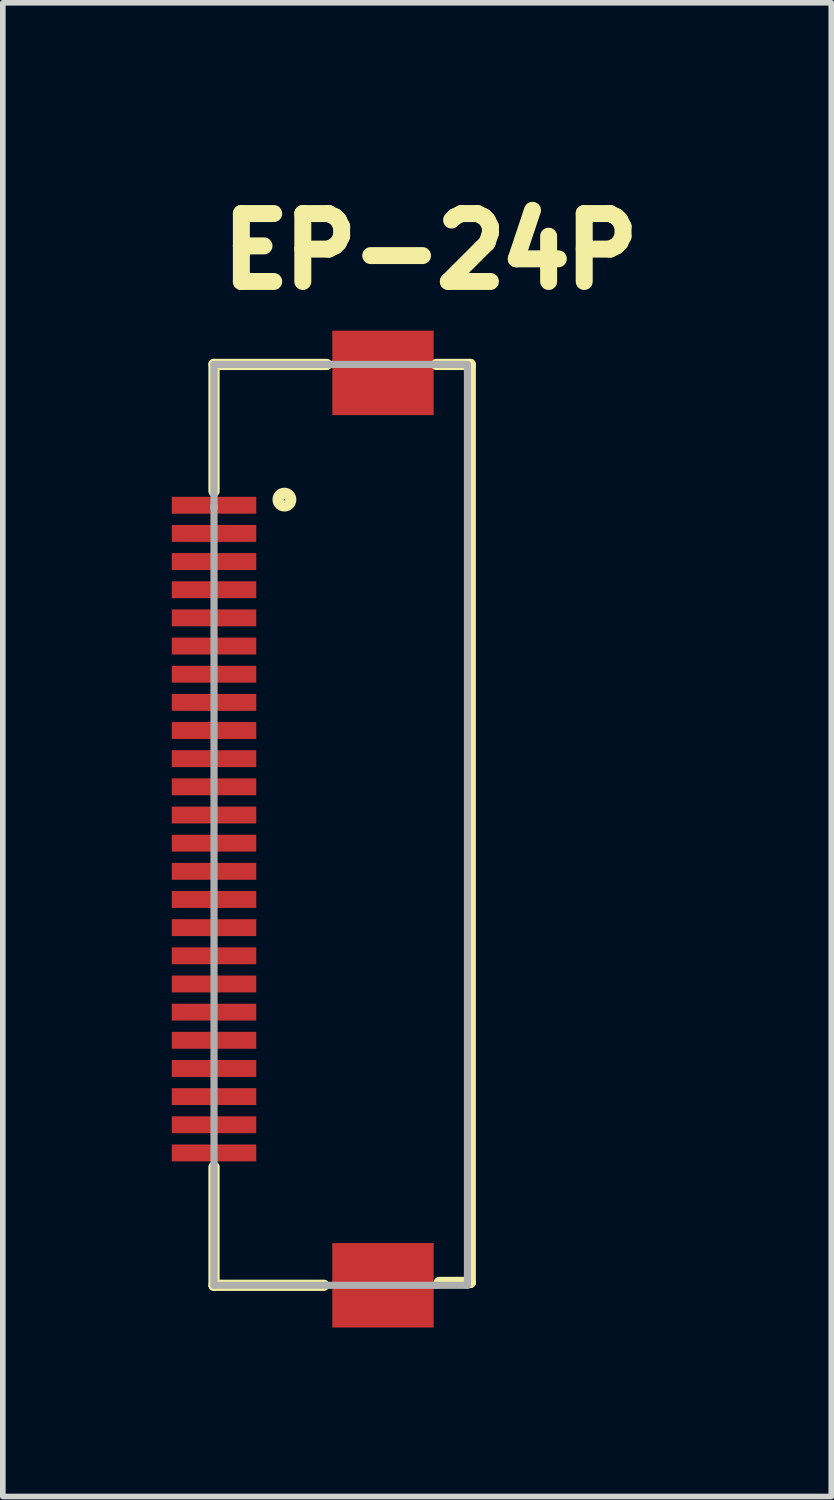
<source format=kicad_pcb>
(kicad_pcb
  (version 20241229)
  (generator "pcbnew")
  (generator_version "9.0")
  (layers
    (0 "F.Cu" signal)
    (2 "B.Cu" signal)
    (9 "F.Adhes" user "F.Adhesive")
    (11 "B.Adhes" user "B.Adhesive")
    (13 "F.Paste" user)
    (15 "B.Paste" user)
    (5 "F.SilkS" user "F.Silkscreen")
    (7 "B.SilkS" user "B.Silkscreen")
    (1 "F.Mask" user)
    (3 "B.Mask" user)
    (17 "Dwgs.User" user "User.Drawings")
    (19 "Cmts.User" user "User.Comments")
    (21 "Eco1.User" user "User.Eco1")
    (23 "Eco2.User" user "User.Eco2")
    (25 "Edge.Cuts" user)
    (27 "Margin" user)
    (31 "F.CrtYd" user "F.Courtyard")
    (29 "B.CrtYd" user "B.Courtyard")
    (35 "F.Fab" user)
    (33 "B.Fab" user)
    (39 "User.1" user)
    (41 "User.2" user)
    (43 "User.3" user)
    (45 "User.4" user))
  (footprint "EP-24P"
    (layer "F.Cu")
    (at 3.15 11.763)
    (property "Reference" "EP-24P" (at -2.4 -9.652 180) (layer "F.SilkS") (effects (font (size 1.206 1.206) (thickness 0.302)) (justify left bottom)))
    (attr through_hole)
    (fp_line (start -2.4 -8.342) (end -2.4 -6.092) (stroke (width 0.2) (type solid)) (layer "F.SilkS"))
    (fp_line (start -2.4 8.008) (end -2.4 5.908) (stroke (width 0.2) (type solid)) (layer "F.SilkS"))
    (fp_line (start -0.45 8.008) (end -2.4 8.008) (stroke (width 0.2) (type solid)) (layer "F.SilkS"))
    (fp_line (start -0.4 -8.342) (end -2.4 -8.342) (stroke (width 0.2) (type solid)) (layer "F.SilkS"))
    (fp_line (start 1.55 -8.342) (end 2.15 -8.342) (stroke (width 0.2) (type solid)) (layer "F.SilkS"))
    (fp_line (start 2.15 -8.342) (end 2.15 7.958) (stroke (width 0.2) (type solid)) (layer "F.SilkS"))
    (fp_line (start 2.15 7.958) (end 1.6 7.958) (stroke (width 0.2) (type solid)) (layer "F.SilkS"))
    (fp_circle (center -1.15 -5.942) (end -1.038 -5.942) (stroke (width 0.2) (type solid)) (fill no) (layer "F.SilkS"))
    (fp_line (start -2.4 -8.342) (end 2.1 -8.342) (stroke (width 0.127) (type solid)) (layer "F.Fab"))
    (fp_line (start -2.4 -5.842) (end -2.4 -5.792) (stroke (width 0.127) (type solid)) (layer "F.Fab"))
    (fp_line (start -2.4 -5.792) (end -2.4 -8.342) (stroke (width 0.127) (type solid)) (layer "F.Fab"))
    (fp_line (start -2.4 -5.792) (end -2.4 8.008) (stroke (width 0.127) (type solid)) (layer "F.Fab"))
    (fp_line (start -2.4 8.008) (end 1.55 8.008) (stroke (width 0.127) (type solid)) (layer "F.Fab"))
    (fp_line (start 1.55 8.008) (end 2.1 8.008) (stroke (width 0.127) (type solid)) (layer "F.Fab"))
    (fp_line (start 2.1 8.008) (end 2.1 -8.292) (stroke (width 0.127) (type solid)) (layer "F.Fab"))
    (pad "1" smd rect (at -2.4 -5.842) (size 1.5 0.3) (layers "F.Cu" "F.Mask" "F.Paste"))
    (pad "2" smd rect (at -2.4 -5.342) (size 1.5 0.3) (layers "F.Cu" "F.Mask" "F.Paste"))
    (pad "3" smd rect (at -2.4 -4.842) (size 1.5 0.3) (layers "F.Cu" "F.Mask" "F.Paste"))
    (pad "4" smd rect (at -2.4 -4.342) (size 1.5 0.3) (layers "F.Cu" "F.Mask" "F.Paste"))
    (pad "5" smd rect (at -2.4 -3.842) (size 1.5 0.3) (layers "F.Cu" "F.Mask" "F.Paste"))
    (pad "6" smd rect (at -2.4 -3.342) (size 1.5 0.3) (layers "F.Cu" "F.Mask" "F.Paste"))
    (pad "7" smd rect (at -2.4 -2.842) (size 1.5 0.3) (layers "F.Cu" "F.Mask" "F.Paste"))
    (pad "8" smd rect (at -2.4 -2.342) (size 1.5 0.3) (layers "F.Cu" "F.Mask" "F.Paste"))
    (pad "9" smd rect (at -2.4 -1.842) (size 1.5 0.3) (layers "F.Cu" "F.Mask" "F.Paste"))
    (pad "10" smd rect (at -2.4 -1.342) (size 1.5 0.3) (layers "F.Cu" "F.Mask" "F.Paste"))
    (pad "11" smd rect (at -2.4 -0.842) (size 1.5 0.3) (layers "F.Cu" "F.Mask" "F.Paste"))
    (pad "12" smd rect (at -2.4 -0.342) (size 1.5 0.3) (layers "F.Cu" "F.Mask" "F.Paste"))
    (pad "13" smd rect (at -2.4 0.158) (size 1.5 0.3) (layers "F.Cu" "F.Mask" "F.Paste"))
    (pad "14" smd rect (at -2.4 0.658) (size 1.5 0.3) (layers "F.Cu" "F.Mask" "F.Paste"))
    (pad "15" smd rect (at -2.4 1.158) (size 1.5 0.3) (layers "F.Cu" "F.Mask" "F.Paste"))
    (pad "16" smd rect (at -2.4 1.658) (size 1.5 0.3) (layers "F.Cu" "F.Mask" "F.Paste"))
    (pad "17" smd rect (at -2.4 2.158) (size 1.5 0.3) (layers "F.Cu" "F.Mask" "F.Paste"))
    (pad "18" smd rect (at -2.4 2.658) (size 1.5 0.3) (layers "F.Cu" "F.Mask" "F.Paste"))
    (pad "19" smd rect (at -2.4 3.158) (size 1.5 0.3) (layers "F.Cu" "F.Mask" "F.Paste"))
    (pad "20" smd rect (at -2.4 3.658) (size 1.5 0.3) (layers "F.Cu" "F.Mask" "F.Paste"))
    (pad "21" smd rect (at -2.4 4.158) (size 1.5 0.3) (layers "F.Cu" "F.Mask" "F.Paste"))
    (pad "22" smd rect (at -2.4 4.658) (size 1.5 0.3) (layers "F.Cu" "F.Mask" "F.Paste"))
    (pad "23" smd rect (at -2.4 5.158) (size 1.5 0.3) (layers "F.Cu" "F.Mask" "F.Paste"))
    (pad "24" smd rect (at -2.4 5.658) (size 1.5 0.3) (layers "F.Cu" "F.Mask" "F.Paste"))
    (pad "25" smd rect (at 0.6 -8.192 180) (size 1.8 1.5) (layers "F.Cu" "F.Mask" "F.Paste"))
    (pad "26" smd rect (at 0.6 8.008 180) (size 1.8 1.5) (layers "F.Cu" "F.Mask" "F.Paste")))
  (gr_rect
    (start -3 -3)
    (end 11.71 23.521)
    (stroke (width 0.1) (type default))
    (fill no)
    (layer "Edge.Cuts")))
</source>
